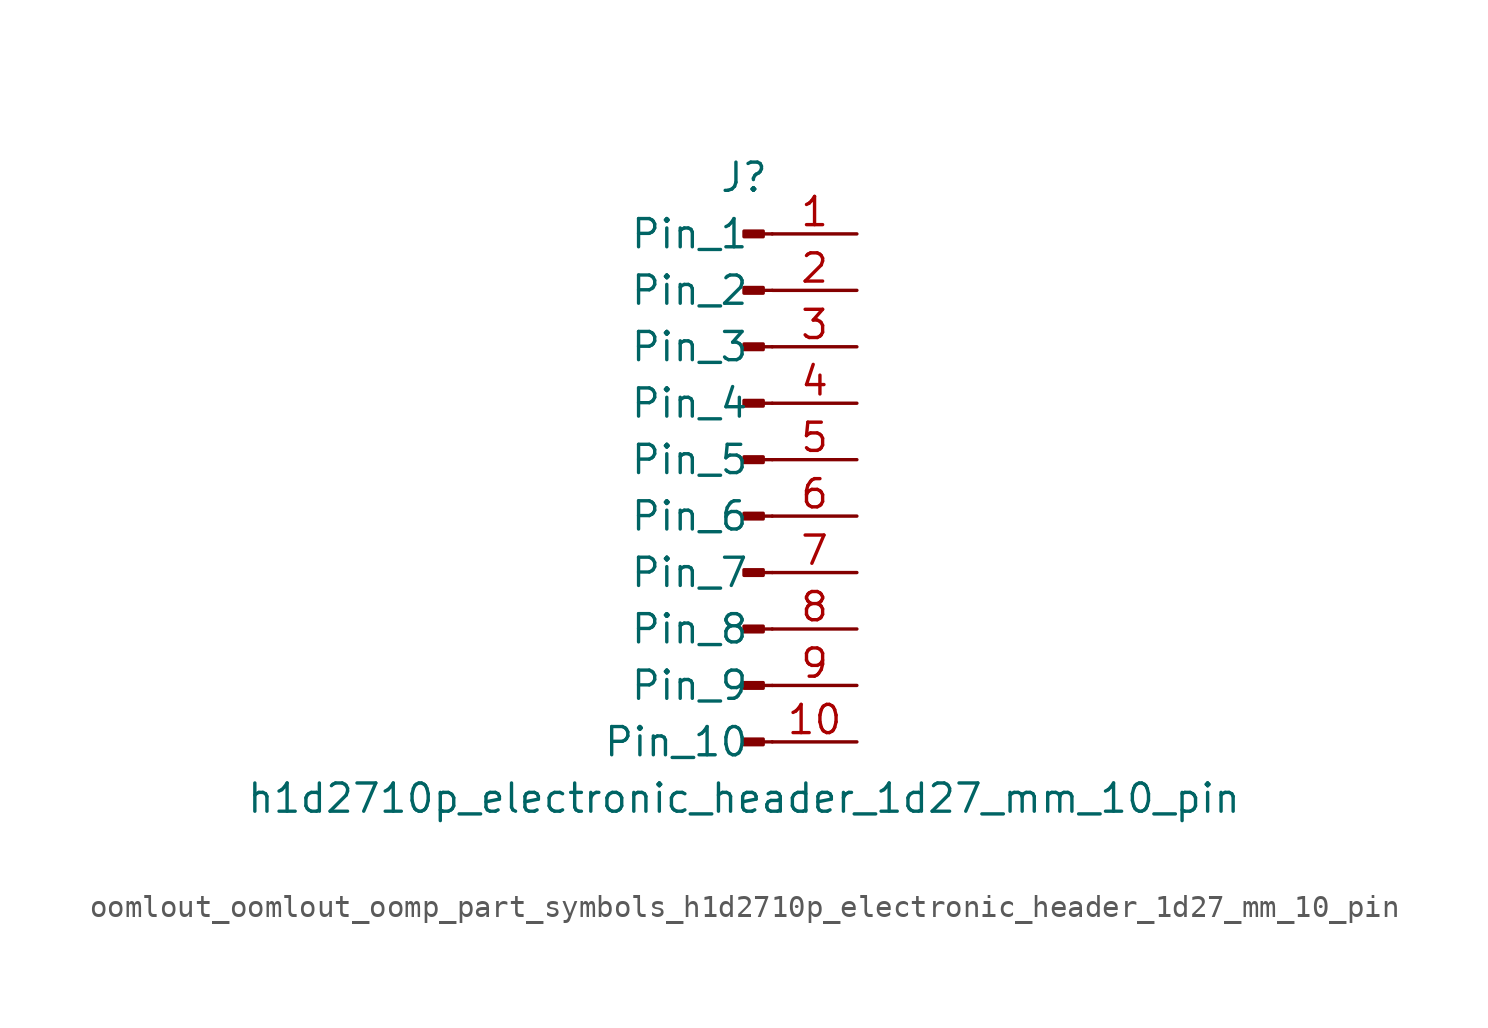
<source format=kicad_sym>
(kicad_symbol_lib
  (version 20220914)
  (generator kicad_symbol_editor)
  (symbol "oomlout_oomlout_oomp_part_symbols_h1d2710p_electronic_header_1d27_mm_10_pin"
    (pin_names
      (offset 1.016))
    (property "Reference" "J"
      (at 0 12.7 0)
      (effects (font (size 1.27 1.27))))
    (property "Value" "h1d2710p_electronic_header_1d27_mm_10_pin"
      (at 0 -15.24 0)
      (effects (font (size 1.27 1.27))))
    (property "ki_locked" ""
      (at 0 0 0)
      (effects (font (size 1.27 1.27))))
    (symbol "oomlout_oomlout_oomp_part_symbols_h1d2710p_electronic_header_1d27_mm_10_pin_1_1"
      (polyline (pts (xy 1.27 -12.7) (xy 0.864 -12.7)) (stroke (width 0.152) (type default)) (fill (type none)))
      (polyline (pts (xy 1.27 -10.16) (xy 0.864 -10.16)) (stroke (width 0.152) (type default)) (fill (type none)))
      (polyline (pts (xy 1.27 -7.62) (xy 0.864 -7.62)) (stroke (width 0.152) (type default)) (fill (type none)))
      (polyline (pts (xy 1.27 -5.08) (xy 0.864 -5.08)) (stroke (width 0.152) (type default)) (fill (type none)))
      (polyline (pts (xy 1.27 -2.54) (xy 0.864 -2.54)) (stroke (width 0.152) (type default)) (fill (type none)))
      (polyline (pts (xy 1.27 0) (xy 0.864 0)) (stroke (width 0.152) (type default)) (fill (type none)))
      (polyline (pts (xy 1.27 2.54) (xy 0.864 2.54)) (stroke (width 0.152) (type default)) (fill (type none)))
      (polyline (pts (xy 1.27 5.08) (xy 0.864 5.08)) (stroke (width 0.152) (type default)) (fill (type none)))
      (polyline (pts (xy 1.27 7.62) (xy 0.864 7.62)) (stroke (width 0.152) (type default)) (fill (type none)))
      (polyline (pts (xy 1.27 10.16) (xy 0.864 10.16)) (stroke (width 0.152) (type default)) (fill (type none)))
      (rectangle (start 0.864 -12.573) (end 0 -12.827) (stroke (width 0.152) (type default)) (fill (type outline)))
      (rectangle (start 0.864 -10.033) (end 0 -10.287) (stroke (width 0.152) (type default)) (fill (type outline)))
      (rectangle (start 0.864 -7.493) (end 0 -7.747) (stroke (width 0.152) (type default)) (fill (type outline)))
      (rectangle (start 0.864 -4.953) (end 0 -5.207) (stroke (width 0.152) (type default)) (fill (type outline)))
      (rectangle (start 0.864 -2.413) (end 0 -2.667) (stroke (width 0.152) (type default)) (fill (type outline)))
      (rectangle (start 0.864 0.127) (end 0 -0.127) (stroke (width 0.152) (type default)) (fill (type outline)))
      (rectangle (start 0.864 2.667) (end 0 2.413) (stroke (width 0.152) (type default)) (fill (type outline)))
      (rectangle (start 0.864 5.207) (end 0 4.953) (stroke (width 0.152) (type default)) (fill (type outline)))
      (rectangle (start 0.864 7.747) (end 0 7.493) (stroke (width 0.152) (type default)) (fill (type outline)))
      (rectangle (start 0.864 10.287) (end 0 10.033) (stroke (width 0.152) (type default)) (fill (type outline)))
      (pin passive line (at 5.08 10.16 180) (length 3.81) (name "Pin_1" (effects (font (size 1.27 1.27)))) (number "1" (effects (font (size 1.27 1.27)))))
      (pin passive line (at 5.08 -12.7 180) (length 3.81) (name "Pin_10" (effects (font (size 1.27 1.27)))) (number "10" (effects (font (size 1.27 1.27)))))
      (pin passive line (at 5.08 7.62 180) (length 3.81) (name "Pin_2" (effects (font (size 1.27 1.27)))) (number "2" (effects (font (size 1.27 1.27)))))
      (pin passive line (at 5.08 5.08 180) (length 3.81) (name "Pin_3" (effects (font (size 1.27 1.27)))) (number "3" (effects (font (size 1.27 1.27)))))
      (pin passive line (at 5.08 2.54 180) (length 3.81) (name "Pin_4" (effects (font (size 1.27 1.27)))) (number "4" (effects (font (size 1.27 1.27)))))
      (pin passive line (at 5.08 0 180) (length 3.81) (name "Pin_5" (effects (font (size 1.27 1.27)))) (number "5" (effects (font (size 1.27 1.27)))))
      (pin passive line (at 5.08 -2.54 180) (length 3.81) (name "Pin_6" (effects (font (size 1.27 1.27)))) (number "6" (effects (font (size 1.27 1.27)))))
      (pin passive line (at 5.08 -5.08 180) (length 3.81) (name "Pin_7" (effects (font (size 1.27 1.27)))) (number "7" (effects (font (size 1.27 1.27)))))
      (pin passive line (at 5.08 -7.62 180) (length 3.81) (name "Pin_8" (effects (font (size 1.27 1.27)))) (number "8" (effects (font (size 1.27 1.27)))))
      (pin passive line (at 5.08 -10.16 180) (length 3.81) (name "Pin_9" (effects (font (size 1.27 1.27)))) (number "9" (effects (font (size 1.27 1.27))))))))
</source>
